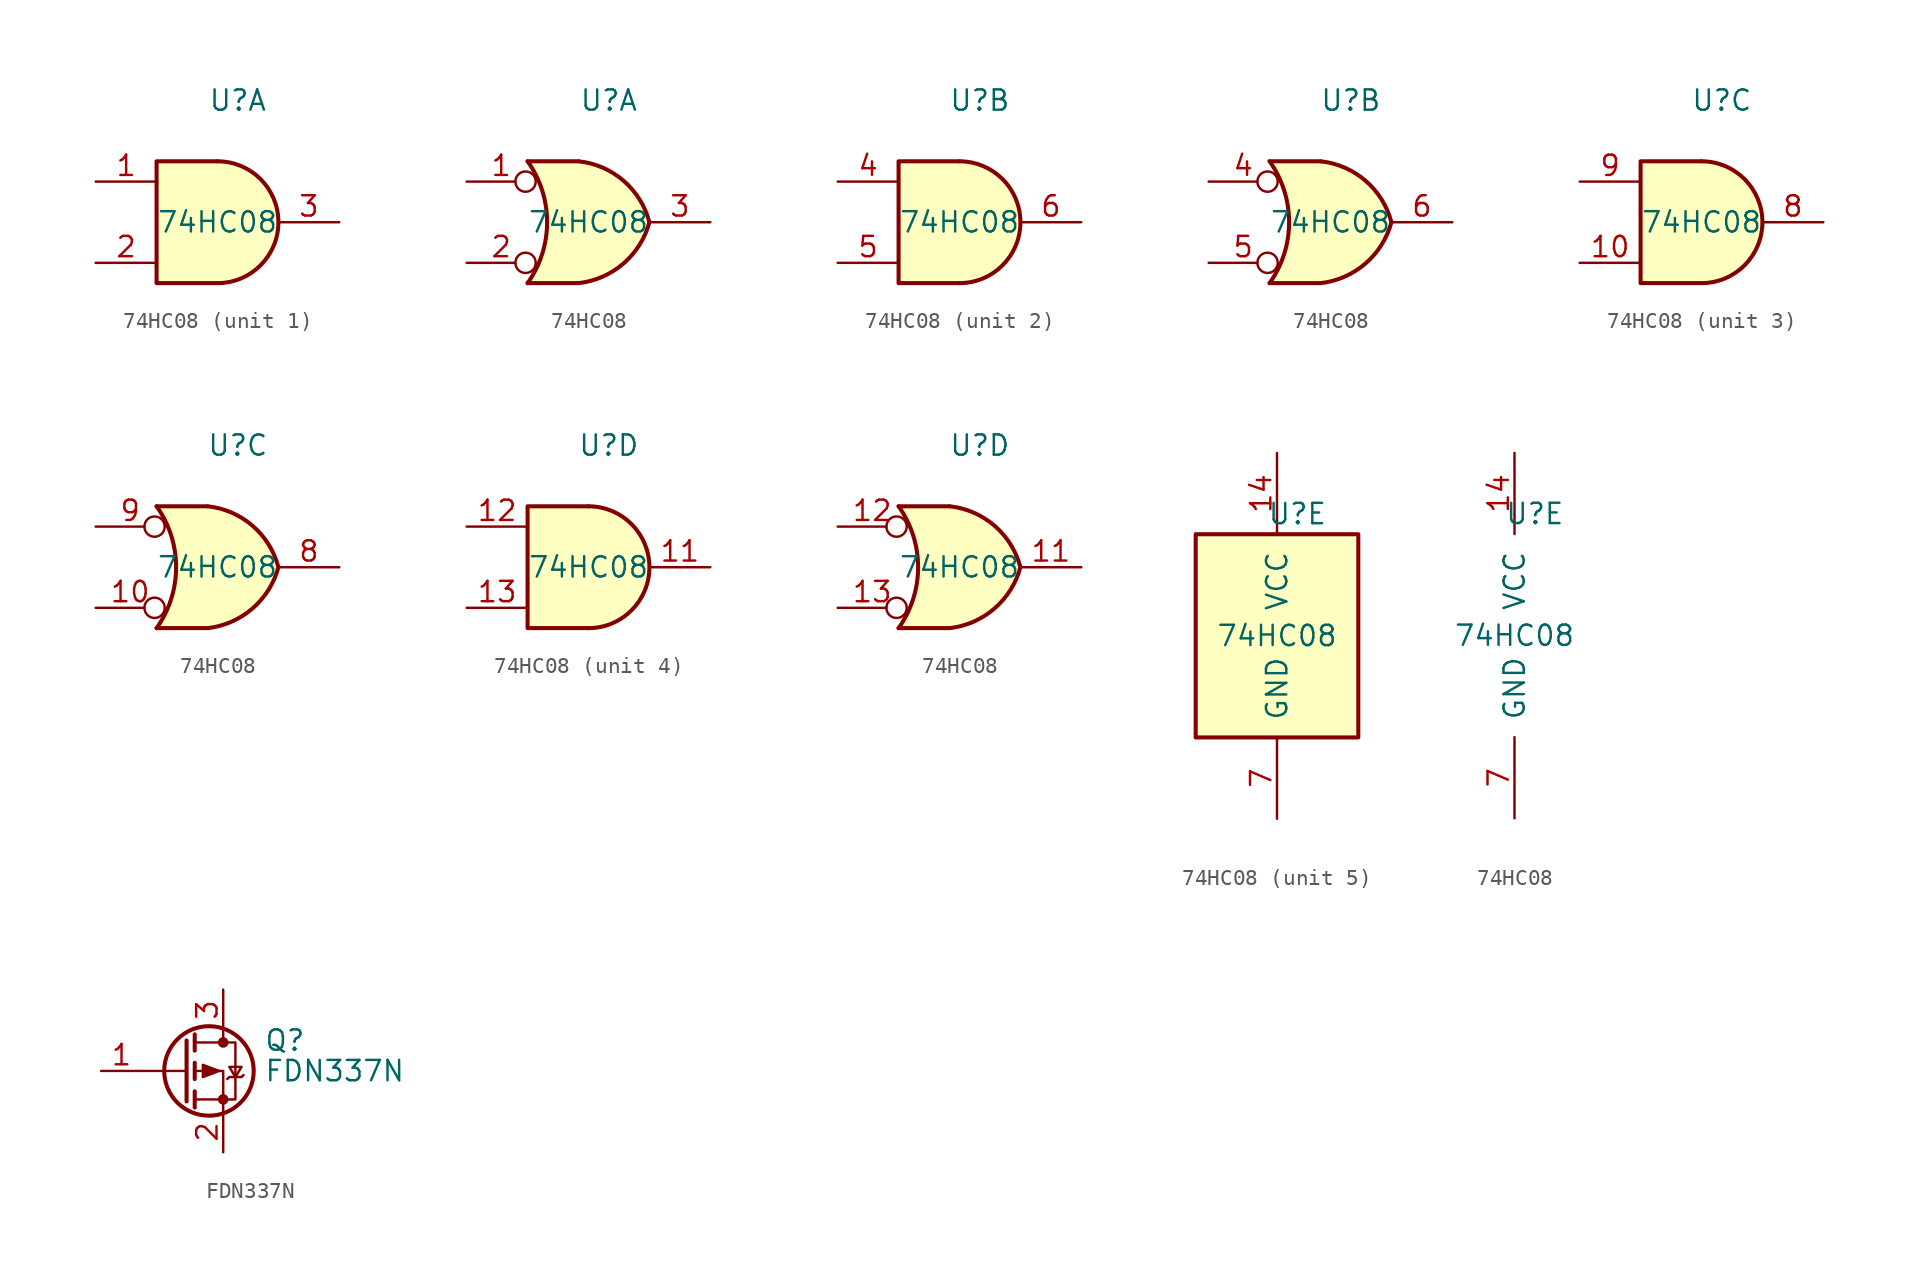
<source format=kicad_sym>
(kicad_symbol_lib
  (version 20211014)
  (generator kicad_symbol_editor)
  (symbol "74HC08"
    (pin_names
      (offset 1.016))
    (property "Reference" "U"
      (at 1.27 7.62 0)
      (effects (font (size 1.27 1.27))))
    (property "Value" "74HC08"
      (at 0 0 0)
      (effects (font (size 1.27 1.27))))
    (property "ki_locked" ""
      (at 0 0 0)
      (effects (font (size 1.27 1.27))))
    (symbol "74HC08_1_1"
      (arc (start 0 -3.81) (mid 3.81 0) (end 0 3.81) (stroke (width 0.254) (type default) (color 0 0 0 0)) (fill (type background)))
      (polyline (pts (xy 0 3.81) (xy -3.81 3.81) (xy -3.81 -3.81) (xy 0 -3.81)) (stroke (width 0.254) (type default) (color 0 0 0 0)) (fill (type background)))
      (pin input line (at -7.62 2.54 0) (length 3.81) (name "~" (effects (font (size 1.27 1.27)))) (number "1" (effects (font (size 1.27 1.27)))))
      (pin input line (at -7.62 -2.54 0) (length 3.81) (name "~" (effects (font (size 1.27 1.27)))) (number "2" (effects (font (size 1.27 1.27)))))
      (pin output line (at 7.62 0 180) (length 3.81) (name "~" (effects (font (size 1.27 1.27)))) (number "3" (effects (font (size 1.27 1.27))))))
    (symbol "74HC08_1_2"
      (arc (start -3.81 -3.81) (mid -2.589 0) (end -3.81 3.81) (stroke (width 0.254) (type default) (color 0 0 0 0)) (fill (type none)))
      (arc (start -0.6096 -3.81) (mid 2.1855 -2.584) (end 3.81 0) (stroke (width 0.254) (type default) (color 0 0 0 0)) (fill (type background)))
      (polyline (pts (xy -3.81 -3.81) (xy -0.635 -3.81)) (stroke (width 0.254) (type default) (color 0 0 0 0)) (fill (type background)))
      (polyline (pts (xy -3.81 3.81) (xy -0.635 3.81)) (stroke (width 0.254) (type default) (color 0 0 0 0)) (fill (type background)))
      (polyline (pts (xy -0.635 3.81) (xy -3.81 3.81) (xy -3.81 3.81) (xy -3.556 3.404) (xy -3.023 2.261) (xy -2.692 1.041) (xy -2.616 -0.254) (xy -2.769 -1.499) (xy -3.175 -2.718) (xy -3.81 -3.81) (xy -3.81 -3.81) (xy -0.635 -3.81)) (stroke (width -25.4) (type default) (color 0 0 0 0)) (fill (type background)))
      (arc (start 3.81 0) (mid 2.1928 2.5925) (end -0.6096 3.81) (stroke (width 0.254) (type default) (color 0 0 0 0)) (fill (type background)))
      (pin input inverted (at -7.62 2.54 0) (length 4.318) (name "~" (effects (font (size 1.27 1.27)))) (number "1" (effects (font (size 1.27 1.27)))))
      (pin input inverted (at -7.62 -2.54 0) (length 4.318) (name "~" (effects (font (size 1.27 1.27)))) (number "2" (effects (font (size 1.27 1.27)))))
      (pin output line (at 7.62 0 180) (length 3.81) (name "~" (effects (font (size 1.27 1.27)))) (number "3" (effects (font (size 1.27 1.27))))))
    (symbol "74HC08_2_1"
      (arc (start 0 -3.81) (mid 3.81 0) (end 0 3.81) (stroke (width 0.254) (type default) (color 0 0 0 0)) (fill (type background)))
      (polyline (pts (xy 0 3.81) (xy -3.81 3.81) (xy -3.81 -3.81) (xy 0 -3.81)) (stroke (width 0.254) (type default) (color 0 0 0 0)) (fill (type background)))
      (pin input line (at -7.62 2.54 0) (length 3.81) (name "~" (effects (font (size 1.27 1.27)))) (number "4" (effects (font (size 1.27 1.27)))))
      (pin input line (at -7.62 -2.54 0) (length 3.81) (name "~" (effects (font (size 1.27 1.27)))) (number "5" (effects (font (size 1.27 1.27)))))
      (pin output line (at 7.62 0 180) (length 3.81) (name "~" (effects (font (size 1.27 1.27)))) (number "6" (effects (font (size 1.27 1.27))))))
    (symbol "74HC08_2_2"
      (arc (start -3.81 -3.81) (mid -2.589 0) (end -3.81 3.81) (stroke (width 0.254) (type default) (color 0 0 0 0)) (fill (type none)))
      (arc (start -0.6096 -3.81) (mid 2.1855 -2.584) (end 3.81 0) (stroke (width 0.254) (type default) (color 0 0 0 0)) (fill (type background)))
      (polyline (pts (xy -3.81 -3.81) (xy -0.635 -3.81)) (stroke (width 0.254) (type default) (color 0 0 0 0)) (fill (type background)))
      (polyline (pts (xy -3.81 3.81) (xy -0.635 3.81)) (stroke (width 0.254) (type default) (color 0 0 0 0)) (fill (type background)))
      (polyline (pts (xy -0.635 3.81) (xy -3.81 3.81) (xy -3.81 3.81) (xy -3.556 3.404) (xy -3.023 2.261) (xy -2.692 1.041) (xy -2.616 -0.254) (xy -2.769 -1.499) (xy -3.175 -2.718) (xy -3.81 -3.81) (xy -3.81 -3.81) (xy -0.635 -3.81)) (stroke (width -25.4) (type default) (color 0 0 0 0)) (fill (type background)))
      (arc (start 3.81 0) (mid 2.1928 2.5925) (end -0.6096 3.81) (stroke (width 0.254) (type default) (color 0 0 0 0)) (fill (type background)))
      (pin input inverted (at -7.62 2.54 0) (length 4.318) (name "~" (effects (font (size 1.27 1.27)))) (number "4" (effects (font (size 1.27 1.27)))))
      (pin input inverted (at -7.62 -2.54 0) (length 4.318) (name "~" (effects (font (size 1.27 1.27)))) (number "5" (effects (font (size 1.27 1.27)))))
      (pin output line (at 7.62 0 180) (length 3.81) (name "~" (effects (font (size 1.27 1.27)))) (number "6" (effects (font (size 1.27 1.27))))))
    (symbol "74HC08_3_1"
      (arc (start 0 -3.81) (mid 3.81 0) (end 0 3.81) (stroke (width 0.254) (type default) (color 0 0 0 0)) (fill (type background)))
      (polyline (pts (xy 0 3.81) (xy -3.81 3.81) (xy -3.81 -3.81) (xy 0 -3.81)) (stroke (width 0.254) (type default) (color 0 0 0 0)) (fill (type background)))
      (pin input line (at -7.62 -2.54 0) (length 3.81) (name "~" (effects (font (size 1.27 1.27)))) (number "10" (effects (font (size 1.27 1.27)))))
      (pin output line (at 7.62 0 180) (length 3.81) (name "~" (effects (font (size 1.27 1.27)))) (number "8" (effects (font (size 1.27 1.27)))))
      (pin input line (at -7.62 2.54 0) (length 3.81) (name "~" (effects (font (size 1.27 1.27)))) (number "9" (effects (font (size 1.27 1.27))))))
    (symbol "74HC08_3_2"
      (arc (start -3.81 -3.81) (mid -2.589 0) (end -3.81 3.81) (stroke (width 0.254) (type default) (color 0 0 0 0)) (fill (type none)))
      (arc (start -0.6096 -3.81) (mid 2.1855 -2.584) (end 3.81 0) (stroke (width 0.254) (type default) (color 0 0 0 0)) (fill (type background)))
      (polyline (pts (xy -3.81 -3.81) (xy -0.635 -3.81)) (stroke (width 0.254) (type default) (color 0 0 0 0)) (fill (type background)))
      (polyline (pts (xy -3.81 3.81) (xy -0.635 3.81)) (stroke (width 0.254) (type default) (color 0 0 0 0)) (fill (type background)))
      (polyline (pts (xy -0.635 3.81) (xy -3.81 3.81) (xy -3.81 3.81) (xy -3.556 3.404) (xy -3.023 2.261) (xy -2.692 1.041) (xy -2.616 -0.254) (xy -2.769 -1.499) (xy -3.175 -2.718) (xy -3.81 -3.81) (xy -3.81 -3.81) (xy -0.635 -3.81)) (stroke (width -25.4) (type default) (color 0 0 0 0)) (fill (type background)))
      (arc (start 3.81 0) (mid 2.1928 2.5925) (end -0.6096 3.81) (stroke (width 0.254) (type default) (color 0 0 0 0)) (fill (type background)))
      (pin input inverted (at -7.62 -2.54 0) (length 4.318) (name "~" (effects (font (size 1.27 1.27)))) (number "10" (effects (font (size 1.27 1.27)))))
      (pin output line (at 7.62 0 180) (length 3.81) (name "~" (effects (font (size 1.27 1.27)))) (number "8" (effects (font (size 1.27 1.27)))))
      (pin input inverted (at -7.62 2.54 0) (length 4.318) (name "~" (effects (font (size 1.27 1.27)))) (number "9" (effects (font (size 1.27 1.27))))))
    (symbol "74HC08_4_1"
      (arc (start 0 -3.81) (mid 3.81 0) (end 0 3.81) (stroke (width 0.254) (type default) (color 0 0 0 0)) (fill (type background)))
      (polyline (pts (xy 0 3.81) (xy -3.81 3.81) (xy -3.81 -3.81) (xy 0 -3.81)) (stroke (width 0.254) (type default) (color 0 0 0 0)) (fill (type background)))
      (pin output line (at 7.62 0 180) (length 3.81) (name "~" (effects (font (size 1.27 1.27)))) (number "11" (effects (font (size 1.27 1.27)))))
      (pin input line (at -7.62 2.54 0) (length 3.81) (name "~" (effects (font (size 1.27 1.27)))) (number "12" (effects (font (size 1.27 1.27)))))
      (pin input line (at -7.62 -2.54 0) (length 3.81) (name "~" (effects (font (size 1.27 1.27)))) (number "13" (effects (font (size 1.27 1.27))))))
    (symbol "74HC08_4_2"
      (arc (start -3.81 -3.81) (mid -2.589 0) (end -3.81 3.81) (stroke (width 0.254) (type default) (color 0 0 0 0)) (fill (type none)))
      (arc (start -0.6096 -3.81) (mid 2.1855 -2.584) (end 3.81 0) (stroke (width 0.254) (type default) (color 0 0 0 0)) (fill (type background)))
      (polyline (pts (xy -3.81 -3.81) (xy -0.635 -3.81)) (stroke (width 0.254) (type default) (color 0 0 0 0)) (fill (type background)))
      (polyline (pts (xy -3.81 3.81) (xy -0.635 3.81)) (stroke (width 0.254) (type default) (color 0 0 0 0)) (fill (type background)))
      (polyline (pts (xy -0.635 3.81) (xy -3.81 3.81) (xy -3.81 3.81) (xy -3.556 3.404) (xy -3.023 2.261) (xy -2.692 1.041) (xy -2.616 -0.254) (xy -2.769 -1.499) (xy -3.175 -2.718) (xy -3.81 -3.81) (xy -3.81 -3.81) (xy -0.635 -3.81)) (stroke (width -25.4) (type default) (color 0 0 0 0)) (fill (type background)))
      (arc (start 3.81 0) (mid 2.1928 2.5925) (end -0.6096 3.81) (stroke (width 0.254) (type default) (color 0 0 0 0)) (fill (type background)))
      (pin output line (at 7.62 0 180) (length 3.81) (name "~" (effects (font (size 1.27 1.27)))) (number "11" (effects (font (size 1.27 1.27)))))
      (pin input inverted (at -7.62 2.54 0) (length 4.318) (name "~" (effects (font (size 1.27 1.27)))) (number "12" (effects (font (size 1.27 1.27)))))
      (pin input inverted (at -7.62 -2.54 0) (length 4.318) (name "~" (effects (font (size 1.27 1.27)))) (number "13" (effects (font (size 1.27 1.27))))))
    (symbol "74HC08_5_0"
      (pin power_in line (at 0 11.43 270) (length 5.08) (name "VCC" (effects (font (size 1.27 1.27)))) (number "14" (effects (font (size 1.27 1.27)))))
      (pin power_in line (at 0 -11.43 90) (length 5.08) (name "GND" (effects (font (size 1.27 1.27)))) (number "7" (effects (font (size 1.27 1.27))))))
    (symbol "74HC08_5_1"
      (rectangle (start -5.08 6.35) (end 5.08 -6.35) (stroke (width 0.254) (type default) (color 0 0 0 0)) (fill (type background)))))
  (symbol "FDN337N"
    (pin_names hide)
    (property "Reference" "Q"
      (at 5.08 1.905 0)
      (effects (font (size 1.27 1.27)) (justify left)))
    (property "Value" "FDN337N"
      (at 5.08 0 0)
      (effects (font (size 1.27 1.27)) (justify left)))
    (symbol "FDN337N_0_1"
      (polyline (pts (xy 0.254 0) (xy -2.54 0)) (stroke (width 0) (type default) (color 0 0 0 0)) (fill (type none)))
      (polyline (pts (xy 0.254 1.905) (xy 0.254 -1.905)) (stroke (width 0.254) (type default) (color 0 0 0 0)) (fill (type none)))
      (polyline (pts (xy 0.762 -1.27) (xy 0.762 -2.286)) (stroke (width 0.254) (type default) (color 0 0 0 0)) (fill (type none)))
      (polyline (pts (xy 0.762 0.508) (xy 0.762 -0.508)) (stroke (width 0.254) (type default) (color 0 0 0 0)) (fill (type none)))
      (polyline (pts (xy 0.762 2.286) (xy 0.762 1.27)) (stroke (width 0.254) (type default) (color 0 0 0 0)) (fill (type none)))
      (polyline (pts (xy 2.54 2.54) (xy 2.54 1.778)) (stroke (width 0) (type default) (color 0 0 0 0)) (fill (type none)))
      (polyline (pts (xy 2.54 -2.54) (xy 2.54 0) (xy 0.762 0)) (stroke (width 0) (type default) (color 0 0 0 0)) (fill (type none)))
      (polyline (pts (xy 0.762 1.778) (xy 3.302 1.778) (xy 3.302 -1.778) (xy 0.762 -1.778)) (stroke (width 0) (type default) (color 0 0 0 0)) (fill (type none)))
      (polyline (pts (xy 2.286 0) (xy 1.27 0.381) (xy 1.27 -0.381) (xy 2.286 0)) (stroke (width 0) (type default) (color 0 0 0 0)) (fill (type outline)))
      (polyline (pts (xy 2.794 -0.508) (xy 2.921 -0.381) (xy 3.683 -0.381) (xy 3.81 -0.254)) (stroke (width 0) (type default) (color 0 0 0 0)) (fill (type none)))
      (polyline (pts (xy 3.302 -0.381) (xy 2.921 0.254) (xy 3.683 0.254) (xy 3.302 -0.381)) (stroke (width 0) (type default) (color 0 0 0 0)) (fill (type none)))
      (circle (center 1.651 0) (radius 2.794) (stroke (width 0.254) (type default) (color 0 0 0 0)) (fill (type none)))
      (circle (center 2.54 -1.778) (radius 0.254) (stroke (width 0) (type default) (color 0 0 0 0)) (fill (type outline)))
      (circle (center 2.54 1.778) (radius 0.254) (stroke (width 0) (type default) (color 0 0 0 0)) (fill (type outline))))
    (symbol "FDN337N_1_1"
      (pin input line (at -5.08 0 0) (length 2.54) (name "G" (effects (font (size 1.27 1.27)))) (number "1" (effects (font (size 1.27 1.27)))))
      (pin passive line (at 2.54 -5.08 90) (length 2.54) (name "S" (effects (font (size 1.27 1.27)))) (number "2" (effects (font (size 1.27 1.27)))))
      (pin passive line (at 2.54 5.08 270) (length 2.54) (name "D" (effects (font (size 1.27 1.27)))) (number "3" (effects (font (size 1.27 1.27))))))))
</source>
